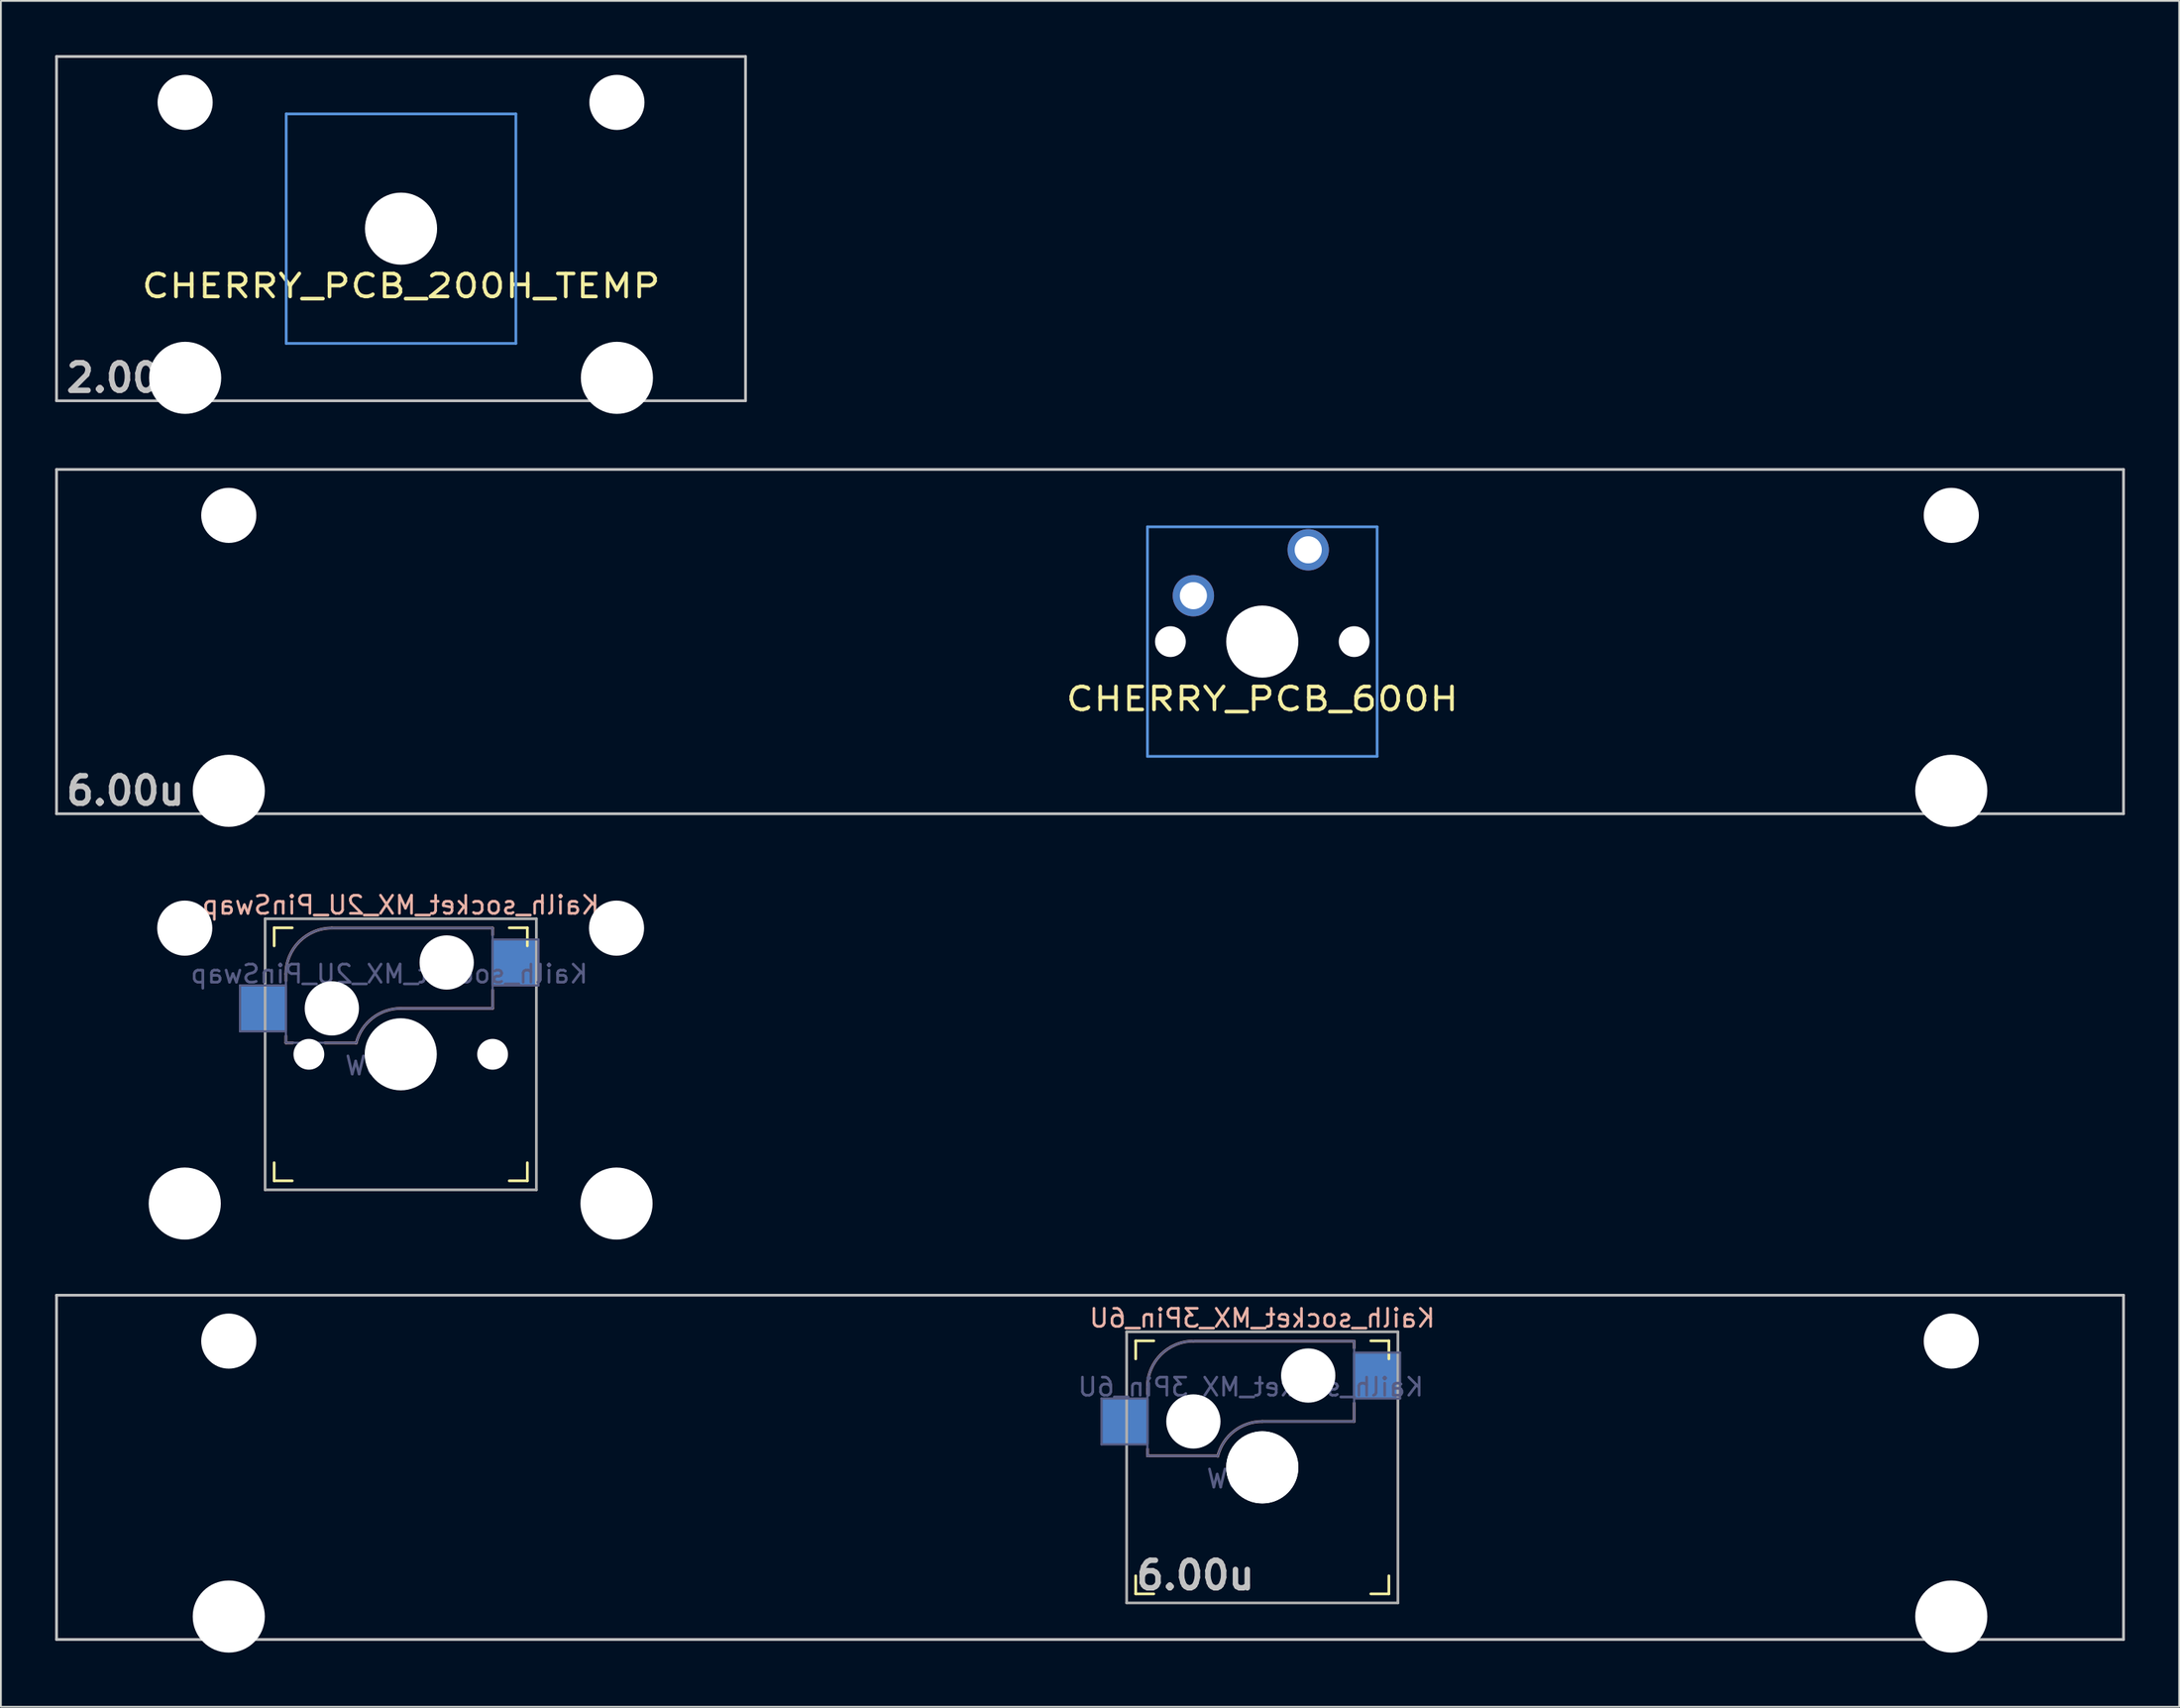
<source format=kicad_pcb>
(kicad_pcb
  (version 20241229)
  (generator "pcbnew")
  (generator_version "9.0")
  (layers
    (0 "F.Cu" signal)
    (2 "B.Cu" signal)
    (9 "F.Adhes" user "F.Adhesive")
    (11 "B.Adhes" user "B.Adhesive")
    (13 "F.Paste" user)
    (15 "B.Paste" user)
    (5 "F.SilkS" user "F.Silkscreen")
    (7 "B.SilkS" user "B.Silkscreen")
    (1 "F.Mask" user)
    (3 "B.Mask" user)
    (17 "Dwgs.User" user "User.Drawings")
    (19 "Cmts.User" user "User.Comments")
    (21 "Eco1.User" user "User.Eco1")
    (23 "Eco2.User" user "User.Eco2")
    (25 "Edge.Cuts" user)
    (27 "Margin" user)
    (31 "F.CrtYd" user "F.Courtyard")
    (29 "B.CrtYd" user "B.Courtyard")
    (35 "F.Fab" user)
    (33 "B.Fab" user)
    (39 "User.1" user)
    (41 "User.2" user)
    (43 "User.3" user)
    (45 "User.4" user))
  (footprint "CHERRY_PCB_200H_TEMP"
    (layer "F.Cu")
    (at 19.126 9.601)
    (property "Reference" "CHERRY_PCB_200H_TEMP" (at 0 3.175 0) (layer "F.SilkS") (effects (font (size 1.27 1.524) (thickness 0.203))))
    (attr through_hole)
    (fp_line (start -19.05 -9.525) (end 19.05 -9.525) (stroke (width 0.152) (type solid)) (layer "Dwgs.User"))
    (fp_line (start -19.05 9.525) (end -19.05 -9.525) (stroke (width 0.152) (type solid)) (layer "Dwgs.User"))
    (fp_line (start 19.05 -9.525) (end 19.05 9.525) (stroke (width 0.152) (type solid)) (layer "Dwgs.User"))
    (fp_line (start 19.05 9.525) (end -19.05 9.525) (stroke (width 0.152) (type solid)) (layer "Dwgs.User"))
    (fp_line (start -6.35 -6.35) (end 6.35 -6.35) (stroke (width 0.152) (type solid)) (layer "Cmts.User"))
    (fp_line (start -6.35 6.35) (end -6.35 -6.35) (stroke (width 0.152) (type solid)) (layer "Cmts.User"))
    (fp_line (start 6.35 -6.35) (end 6.35 6.35) (stroke (width 0.152) (type solid)) (layer "Cmts.User"))
    (fp_line (start 6.35 6.35) (end -6.35 6.35) (stroke (width 0.152) (type solid)) (layer "Cmts.User"))
    (fp_text user "2.00u" (at -15.24 8.255 0) (layer "Dwgs.User") (effects (font (size 1.524 1.524) (thickness 0.305))))
    (pad "" np_thru_hole circle (at -11.938 -6.985) (size 3.048 3.048) (drill 3.048) (layers "*.Cu" "*.Mask"))
    (pad "" np_thru_hole circle (at -11.938 8.255) (size 3.988 3.988) (drill 3.988) (layers "*.Cu" "*.Mask"))
    (pad "" np_thru_hole circle (at 0 0) (size 3.988 3.988) (drill 3.988) (layers "*.Cu" "*.Mask"))
    (pad "" np_thru_hole circle (at 11.938 -6.985) (size 3.048 3.048) (drill 3.048) (layers "*.Cu" "*.Mask"))
    (pad "" np_thru_hole circle (at 11.938 8.255) (size 3.988 3.988) (drill 3.988) (layers "*.Cu" "*.Mask")))
  (footprint "Kailh_socket_MX_3Pin_6U"
    (layer "F.Cu")
    (at 57.226 78.14)
    (property "Reference" "Kailh_socket_MX_3Pin_6U" (at 9.525 -8.255 0) (layer "B.SilkS") (effects (font (size 1 1) (thickness 0.15)) (justify mirror)))
    (property "Value" "KEYSW" (at 9.528 3.676 0) (layer "F.Fab") (hide yes) (effects (font (size 1 1) (thickness 0.15))))
    (attr smd)
    (fp_line (start 2.525 -6) (end 2.525 -7) (stroke (width 0.15) (type solid)) (layer "F.SilkS"))
    (fp_line (start 2.525 7) (end 2.525 6) (stroke (width 0.15) (type solid)) (layer "F.SilkS"))
    (fp_line (start 2.525 7) (end 3.525 7) (stroke (width 0.15) (type solid)) (layer "F.SilkS"))
    (fp_line (start 3.525 -7) (end 2.525 -7) (stroke (width 0.15) (type solid)) (layer "F.SilkS"))
    (fp_line (start 15.525 7) (end 16.525 7) (stroke (width 0.15) (type solid)) (layer "F.SilkS"))
    (fp_line (start 16.525 -7) (end 15.525 -7) (stroke (width 0.15) (type solid)) (layer "F.SilkS"))
    (fp_line (start 16.525 -7) (end 16.525 -6) (stroke (width 0.15) (type solid)) (layer "F.SilkS"))
    (fp_line (start 16.525 6) (end 16.525 7) (stroke (width 0.15) (type solid)) (layer "F.SilkS"))
    (fp_line (start 3.175 -4.445) (end 3.175 -4.064) (stroke (width 0.15) (type solid)) (layer "B.SilkS"))
    (fp_line (start 3.175 -1.016) (end 3.175 -0.635) (stroke (width 0.15) (type solid)) (layer "B.SilkS"))
    (fp_line (start 5.715 -6.985) (end 14.605 -6.985) (stroke (width 0.15) (type solid)) (layer "B.SilkS"))
    (fp_line (start 7.061 -0.635) (end 3.175 -0.635) (stroke (width 0.15) (type solid)) (layer "B.SilkS"))
    (fp_line (start 14.605 -6.985) (end 14.605 -6.604) (stroke (width 0.15) (type solid)) (layer "B.SilkS"))
    (fp_line (start 14.605 -3.556) (end 14.605 -2.54) (stroke (width 0.15) (type solid)) (layer "B.SilkS"))
    (fp_line (start 14.605 -2.54) (end 9.525 -2.54) (stroke (width 0.15) (type solid)) (layer "B.SilkS"))
    (fp_arc (start 3.175 -4.445) (mid 3.918949 -6.241051) (end 5.715 -6.985) (stroke (width 0.15) (type solid)) (layer "B.SilkS"))
    (fp_arc (start 7.060838 -0.61604) (mid 7.961853 -2.002042) (end 9.525 -2.54) (stroke (width 0.15) (type solid)) (layer "B.SilkS"))
    (fp_line (start -57.15 -9.525) (end 57.15 -9.525) (stroke (width 0.152) (type solid)) (layer "Dwgs.User"))
    (fp_line (start -57.15 9.525) (end -57.15 -9.525) (stroke (width 0.152) (type solid)) (layer "Dwgs.User"))
    (fp_line (start -57.15 9.525) (end 57.15 9.525) (stroke (width 0.152) (type solid)) (layer "Dwgs.User"))
    (fp_line (start 57.15 -9.525) (end 57.15 9.525) (stroke (width 0.152) (type solid)) (layer "Dwgs.User"))
    (fp_line (start 2.625 6.9) (end 2.625 -6.9) (stroke (width 0.15) (type solid)) (layer "Eco2.User"))
    (fp_line (start 2.625 6.9) (end 16.425 6.9) (stroke (width 0.15) (type solid)) (layer "Eco2.User"))
    (fp_line (start 16.425 -6.9) (end 2.625 -6.9) (stroke (width 0.15) (type solid)) (layer "Eco2.User"))
    (fp_line (start 16.425 -6.9) (end 16.425 6.9) (stroke (width 0.15) (type solid)) (layer "Eco2.User"))
    (fp_line (start 0.635 -3.81) (end 3.175 -3.81) (stroke (width 0.12) (type solid)) (layer "B.Fab"))
    (fp_line (start 0.635 -1.27) (end 0.635 -3.81) (stroke (width 0.12) (type solid)) (layer "B.Fab"))
    (fp_line (start 3.175 -1.27) (end 0.635 -1.27) (stroke (width 0.12) (type solid)) (layer "B.Fab"))
    (fp_line (start 3.175 -0.635) (end 3.175 -4.445) (stroke (width 0.12) (type solid)) (layer "B.Fab"))
    (fp_line (start 3.175 -0.635) (end 6.985 -0.635) (stroke (width 0.12) (type solid)) (layer "B.Fab"))
    (fp_line (start 5.715 -6.985) (end 14.605 -6.985) (stroke (width 0.12) (type solid)) (layer "B.Fab"))
    (fp_line (start 14.605 -6.985) (end 14.605 -2.54) (stroke (width 0.12) (type solid)) (layer "B.Fab"))
    (fp_line (start 14.605 -6.35) (end 17.145 -6.35) (stroke (width 0.12) (type solid)) (layer "B.Fab"))
    (fp_line (start 14.605 -2.54) (end 9.525 -2.54) (stroke (width 0.12) (type solid)) (layer "B.Fab"))
    (fp_line (start 17.145 -6.35) (end 17.145 -3.81) (stroke (width 0.12) (type solid)) (layer "B.Fab"))
    (fp_line (start 17.145 -3.81) (end 14.605 -3.81) (stroke (width 0.12) (type solid)) (layer "B.Fab"))
    (fp_arc (start 3.175 -4.445) (mid 3.918949 -6.241051) (end 5.715 -6.985) (stroke (width 0.12) (type solid)) (layer "B.Fab"))
    (fp_arc (start 7.060838 -0.61604) (mid 7.961853 -2.002042) (end 9.525 -2.54) (stroke (width 0.12) (type solid)) (layer "B.Fab"))
    (fp_line (start 2.025 -7.5) (end 17.025 -7.5) (stroke (width 0.15) (type solid)) (layer "F.Fab"))
    (fp_line (start 2.025 7.5) (end 2.025 -7.5) (stroke (width 0.15) (type solid)) (layer "F.Fab"))
    (fp_line (start 17.025 -7.5) (end 17.025 7.5) (stroke (width 0.15) (type solid)) (layer "F.Fab"))
    (fp_line (start 17.025 7.5) (end 2.025 7.5) (stroke (width 0.15) (type solid)) (layer "F.Fab"))
    (fp_text user "6.00u" (at 5.828 5.976 0) (layer "Dwgs.User") (effects (font (size 1.524 1.524) (thickness 0.305))))
    (fp_text user "${REFERENCE}" (at 8.89 -4.445 0) (layer "B.Fab") (effects (font (size 1 1) (thickness 0.15)) (justify mirror)))
    (fp_text user "${VALUE}" (at 8.89 0.635 0) (layer "B.Fab") (effects (font (size 1 1) (thickness 0.15)) (justify mirror)))
    (pad "" np_thru_hole circle (at -47.625 -6.985) (size 3.048 3.048) (drill 3.048) (layers "*.Cu" "*.Mask"))
    (pad "" np_thru_hole circle (at -47.625 8.255) (size 3.988 3.988) (drill 3.988) (layers "*.Cu" "*.Mask"))
    (pad "" np_thru_hole circle (at 5.715 -2.54) (size 3 3) (drill 3) (layers "*.Cu" "*.Mask"))
    (pad "" np_thru_hole circle (at 9.525 0) (size 3.988 3.988) (drill 3.988) (layers "*.Cu" "*.Mask"))
    (pad "" np_thru_hole circle (at 9.525 0) (size 3.988 3.988) (drill 3.988) (layers "*.Cu" "*.Mask"))
    (pad "" np_thru_hole circle (at 12.065 -5.08) (size 3 3) (drill 3) (layers "*.Cu" "*.Mask"))
    (pad "" np_thru_hole circle (at 47.625 -6.985) (size 3.048 3.048) (drill 3.048) (layers "*.Cu" "*.Mask"))
    (pad "" np_thru_hole circle (at 47.625 8.255) (size 3.988 3.988) (drill 3.988) (layers "*.Cu" "*.Mask"))
    (pad "1" smd rect (at 15.815 -5.08) (size 2.55 2.5) (layers "B.Cu" "B.Mask" "B.Paste"))
    (pad "2" smd rect (at 1.965 -2.54) (size 2.55 2.5) (layers "B.Cu" "B.Mask" "B.Paste")))
  (footprint "Kailh_socket_MX_2U_PinSwap"
    (layer "F.Cu")
    (at 19.11 55.285)
    (property "Reference" "Kailh_socket_MX_2U_PinSwap" (at 0 -8.255 0) (layer "B.SilkS") (effects (font (size 1 1) (thickness 0.15)) (justify mirror)))
    (property "Value" "KEYSW" (at 0 8.255 0) (layer "F.Fab") (hide yes) (effects (font (size 1 1) (thickness 0.15))))
    (attr smd)
    (fp_line (start -7 -6) (end -7 -7) (stroke (width 0.15) (type solid)) (layer "F.SilkS"))
    (fp_line (start -7 7) (end -7 6) (stroke (width 0.15) (type solid)) (layer "F.SilkS"))
    (fp_line (start -7 7) (end -6 7) (stroke (width 0.15) (type solid)) (layer "F.SilkS"))
    (fp_line (start -6 -7) (end -7 -7) (stroke (width 0.15) (type solid)) (layer "F.SilkS"))
    (fp_line (start 6 7) (end 7 7) (stroke (width 0.15) (type solid)) (layer "F.SilkS"))
    (fp_line (start 7 -7) (end 6 -7) (stroke (width 0.15) (type solid)) (layer "F.SilkS"))
    (fp_line (start 7 -7) (end 7 -6) (stroke (width 0.15) (type solid)) (layer "F.SilkS"))
    (fp_line (start 7 6) (end 7 7) (stroke (width 0.15) (type solid)) (layer "F.SilkS"))
    (fp_line (start -6.35 -4.445) (end -6.35 -4.064) (stroke (width 0.15) (type solid)) (layer "B.SilkS"))
    (fp_line (start -6.35 -1.016) (end -6.35 -0.635) (stroke (width 0.15) (type solid)) (layer "B.SilkS"))
    (fp_line (start -5.969 -0.635) (end -6.35 -0.635) (stroke (width 0.15) (type solid)) (layer "B.SilkS"))
    (fp_line (start -3.81 -6.985) (end 5.08 -6.985) (stroke (width 0.15) (type solid)) (layer "B.SilkS"))
    (fp_line (start -2.464 -0.635) (end -4.191 -0.635) (stroke (width 0.15) (type solid)) (layer "B.SilkS"))
    (fp_line (start 5.08 -6.985) (end 5.08 -6.604) (stroke (width 0.15) (type solid)) (layer "B.SilkS"))
    (fp_line (start 5.08 -3.556) (end 5.08 -2.54) (stroke (width 0.15) (type solid)) (layer "B.SilkS"))
    (fp_line (start 5.08 -2.54) (end 0 -2.54) (stroke (width 0.15) (type solid)) (layer "B.SilkS"))
    (fp_arc (start -6.35 -4.445) (mid -5.606051 -6.241051) (end -3.81 -6.985) (stroke (width 0.15) (type solid)) (layer "B.SilkS"))
    (fp_arc (start -2.464162 -0.61604) (mid -1.563147 -2.002042) (end 0 -2.54) (stroke (width 0.15) (type solid)) (layer "B.SilkS"))
    (fp_line (start -6.9 6.9) (end -6.9 -6.9) (stroke (width 0.15) (type solid)) (layer "Eco2.User"))
    (fp_line (start -6.9 6.9) (end 6.9 6.9) (stroke (width 0.15) (type solid)) (layer "Eco2.User"))
    (fp_line (start 6.9 -6.9) (end -6.9 -6.9) (stroke (width 0.15) (type solid)) (layer "Eco2.User"))
    (fp_line (start 6.9 -6.9) (end 6.9 6.9) (stroke (width 0.15) (type solid)) (layer "Eco2.User"))
    (fp_line (start -8.89 -3.81) (end -6.35 -3.81) (stroke (width 0.12) (type solid)) (layer "B.Fab"))
    (fp_line (start -8.89 -1.27) (end -8.89 -3.81) (stroke (width 0.12) (type solid)) (layer "B.Fab"))
    (fp_line (start -6.35 -1.27) (end -8.89 -1.27) (stroke (width 0.12) (type solid)) (layer "B.Fab"))
    (fp_line (start -6.35 -0.635) (end -6.35 -4.445) (stroke (width 0.12) (type solid)) (layer "B.Fab"))
    (fp_line (start -6.35 -0.635) (end -2.54 -0.635) (stroke (width 0.12) (type solid)) (layer "B.Fab"))
    (fp_line (start -3.81 -6.985) (end 5.08 -6.985) (stroke (width 0.12) (type solid)) (layer "B.Fab"))
    (fp_line (start 5.08 -6.985) (end 5.08 -2.54) (stroke (width 0.12) (type solid)) (layer "B.Fab"))
    (fp_line (start 5.08 -6.35) (end 7.62 -6.35) (stroke (width 0.12) (type solid)) (layer "B.Fab"))
    (fp_line (start 5.08 -2.54) (end 0 -2.54) (stroke (width 0.12) (type solid)) (layer "B.Fab"))
    (fp_line (start 7.62 -6.35) (end 7.62 -3.81) (stroke (width 0.12) (type solid)) (layer "B.Fab"))
    (fp_line (start 7.62 -3.81) (end 5.08 -3.81) (stroke (width 0.12) (type solid)) (layer "B.Fab"))
    (fp_arc (start -6.35 -4.445) (mid -5.606051 -6.241051) (end -3.81 -6.985) (stroke (width 0.12) (type solid)) (layer "B.Fab"))
    (fp_arc (start -2.464162 -0.61604) (mid -1.563147 -2.002042) (end 0 -2.54) (stroke (width 0.12) (type solid)) (layer "B.Fab"))
    (fp_line (start -7.5 -7.5) (end 7.5 -7.5) (stroke (width 0.15) (type solid)) (layer "F.Fab"))
    (fp_line (start -7.5 7.5) (end -7.5 -7.5) (stroke (width 0.15) (type solid)) (layer "F.Fab"))
    (fp_line (start 7.5 -7.5) (end 7.5 7.5) (stroke (width 0.15) (type solid)) (layer "F.Fab"))
    (fp_line (start 7.5 7.5) (end -7.5 7.5) (stroke (width 0.15) (type solid)) (layer "F.Fab"))
    (fp_line (start -19.05 -9.525) (end 19.05 -9.525) (stroke (width 0.12) (type solid)) (layer "User.2"))
    (fp_line (start -19.05 9.525) (end -19.05 -9.525) (stroke (width 0.12) (type solid)) (layer "User.2"))
    (fp_line (start -19.05 9.525) (end 19.05 9.525) (stroke (width 0.12) (type solid)) (layer "User.2"))
    (fp_line (start -9.525 -9.525) (end 9.525 -9.525) (stroke (width 0.12) (type solid)) (layer "User.2"))
    (fp_line (start 9.525 9.525) (end -9.525 9.525) (stroke (width 0.12) (type solid)) (layer "User.2"))
    (fp_line (start 19.05 9.525) (end 19.05 -9.525) (stroke (width 0.12) (type solid)) (layer "User.2"))
    (fp_text user "${REFERENCE}" (at -0.635 -4.445 0) (layer "B.Fab") (effects (font (size 1 1) (thickness 0.15)) (justify mirror)))
    (fp_text user "${VALUE}" (at -0.635 0.635 0) (layer "B.Fab") (effects (font (size 1 1) (thickness 0.15)) (justify mirror)))
    (pad "" np_thru_hole circle (at -11.944 -6.98) (size 3.048 3.048) (drill 3.048) (layers "*.Cu" "*.Mask"))
    (pad "" np_thru_hole circle (at -11.944 8.26) (size 3.988 3.988) (drill 3.988) (layers "*.Cu" "*.Mask"))
    (pad "" np_thru_hole circle (at -5.08 0) (size 1.702 1.702) (drill 1.702) (layers "*.Cu" "*.Mask"))
    (pad "" np_thru_hole circle (at -3.81 -2.54) (size 3 3) (drill 3) (layers "*.Cu" "*.Mask"))
    (pad "" np_thru_hole circle (at 0 0) (size 3.988 3.988) (drill 3.988) (layers "*.Cu" "*.Mask"))
    (pad "" np_thru_hole circle (at 2.54 -5.08) (size 3 3) (drill 3) (layers "*.Cu" "*.Mask"))
    (pad "" np_thru_hole circle (at 5.08 0) (size 1.702 1.702) (drill 1.702) (layers "*.Cu" "*.Mask"))
    (pad "" np_thru_hole circle (at 11.932 -6.98) (size 3.048 3.048) (drill 3.048) (layers "*.Cu" "*.Mask"))
    (pad "" np_thru_hole circle (at 11.932 8.26) (size 3.988 3.988) (drill 3.988) (layers "*.Cu" "*.Mask"))
    (pad "1" smd rect (at -7.56 -2.54) (size 2.55 2.5) (layers "B.Cu" "B.Mask" "B.Paste"))
    (pad "2" smd rect (at 6.29 -5.08) (size 2.55 2.5) (layers "B.Cu" "B.Mask" "B.Paste")))
  (footprint "CHERRY_PCB_600H"
    (layer "F.Cu")
    (at 57.226 32.451)
    (property "Reference" "CHERRY_PCB_600H" (at 9.525 3.175 0) (layer "F.SilkS") (effects (font (size 1.27 1.524) (thickness 0.203))))
    (attr through_hole)
    (fp_line (start -57.15 -9.525) (end 57.15 -9.525) (stroke (width 0.152) (type solid)) (layer "Dwgs.User"))
    (fp_line (start -57.15 9.525) (end -57.15 -9.525) (stroke (width 0.152) (type solid)) (layer "Dwgs.User"))
    (fp_line (start -57.15 9.525) (end 57.15 9.525) (stroke (width 0.152) (type solid)) (layer "Dwgs.User"))
    (fp_line (start 57.15 -9.525) (end 57.15 9.525) (stroke (width 0.152) (type solid)) (layer "Dwgs.User"))
    (fp_line (start 3.175 -6.35) (end 15.875 -6.35) (stroke (width 0.152) (type solid)) (layer "Cmts.User"))
    (fp_line (start 3.175 6.35) (end 3.175 -6.35) (stroke (width 0.152) (type solid)) (layer "Cmts.User"))
    (fp_line (start 15.875 -6.35) (end 15.875 6.35) (stroke (width 0.152) (type solid)) (layer "Cmts.User"))
    (fp_line (start 15.875 6.35) (end 3.175 6.35) (stroke (width 0.152) (type solid)) (layer "Cmts.User"))
    (fp_text user "6.00u" (at -53.34 8.255 0) (layer "Dwgs.User") (effects (font (size 1.524 1.524) (thickness 0.305))))
    (pad "" np_thru_hole circle (at -47.625 -6.985) (size 3.048 3.048) (drill 3.048) (layers "*.Cu" "*.Mask"))
    (pad "" np_thru_hole circle (at -47.625 8.255) (size 3.988 3.988) (drill 3.988) (layers "*.Cu" "*.Mask"))
    (pad "" np_thru_hole circle (at 4.445 0) (size 1.702 1.702) (drill 1.702) (layers "*.Cu" "*.Mask"))
    (pad "" np_thru_hole circle (at 9.525 0) (size 3.988 3.988) (drill 3.988) (layers "*.Cu" "*.Mask"))
    (pad "" np_thru_hole circle (at 14.605 0) (size 1.702 1.702) (drill 1.702) (layers "*.Cu" "*.Mask"))
    (pad "" np_thru_hole circle (at 47.625 -6.985) (size 3.048 3.048) (drill 3.048) (layers "*.Cu" "*.Mask"))
    (pad "" np_thru_hole circle (at 47.625 8.255) (size 3.988 3.988) (drill 3.988) (layers "*.Cu" "*.Mask"))
    (pad "1" thru_hole circle (at 12.065 -5.08) (size 2.286 2.286) (drill 1.499) (layers "*.Cu" "*.Mask"))
    (pad "2" thru_hole circle (at 5.715 -2.54) (size 2.286 2.286) (drill 1.499) (layers "*.Cu" "*.Mask")))
  (gr_rect
    (start -3 -3)
    (end 117.452 91.389)
    (stroke (width 0.1) (type default))
    (fill no)
    (layer "Edge.Cuts")))
</source>
